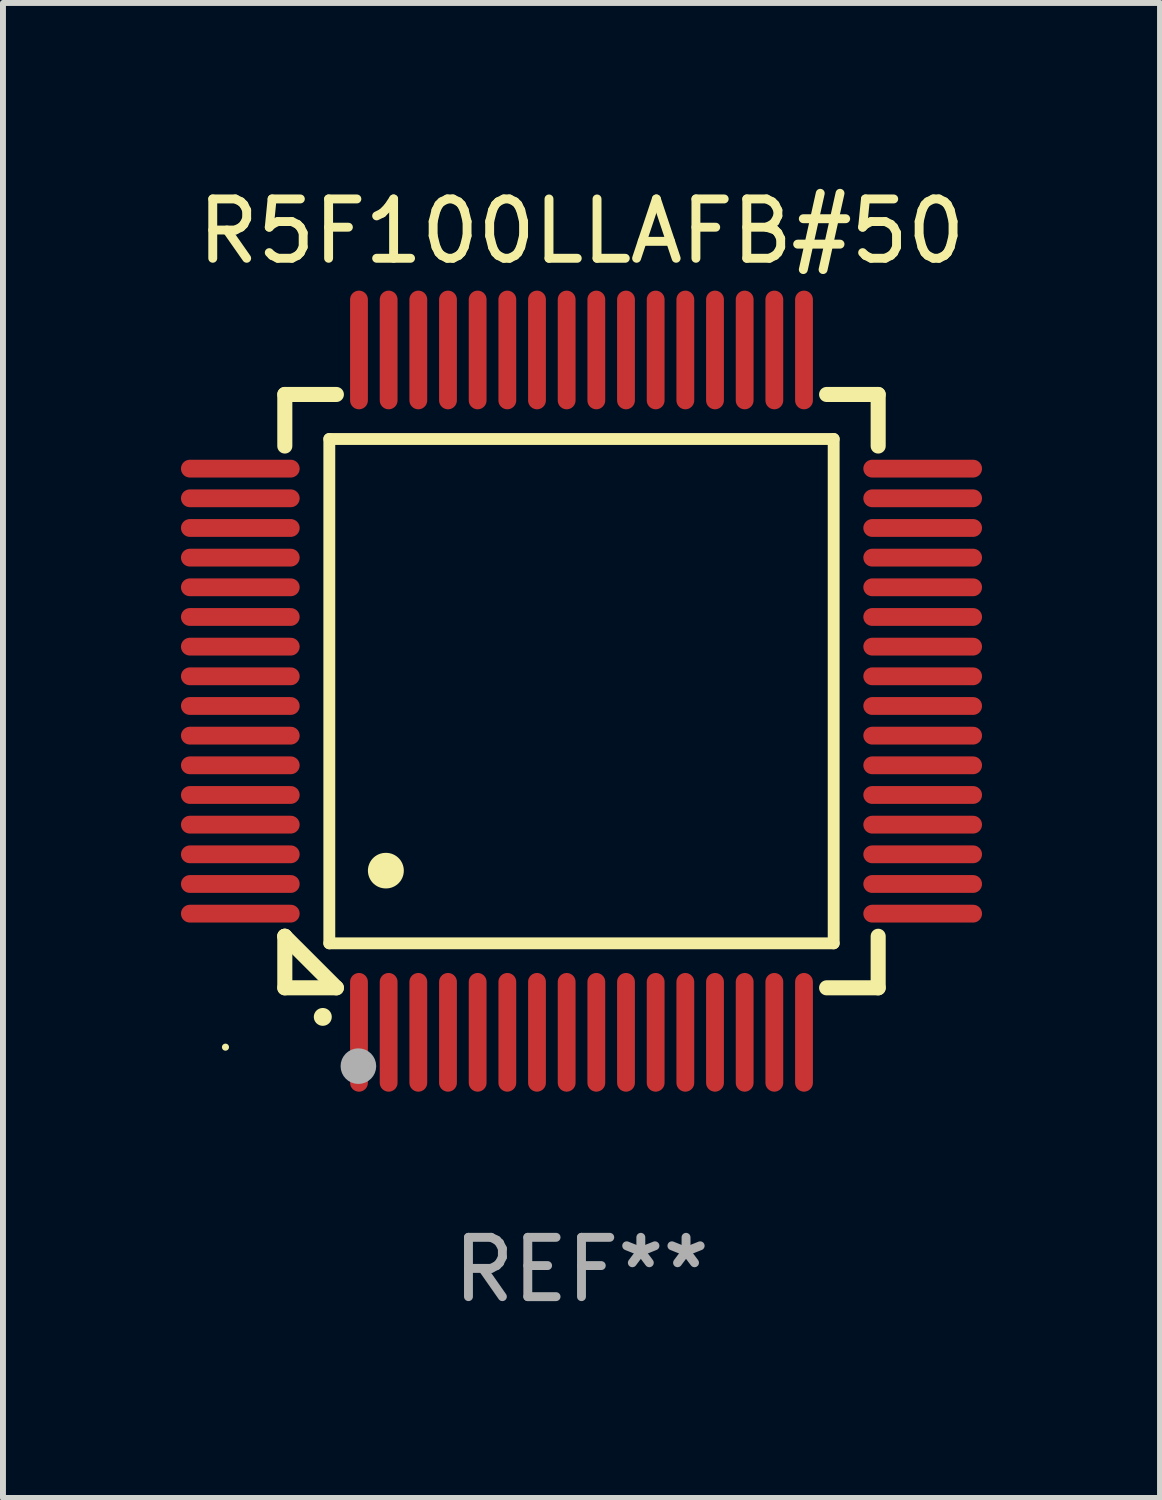
<source format=kicad_pcb>
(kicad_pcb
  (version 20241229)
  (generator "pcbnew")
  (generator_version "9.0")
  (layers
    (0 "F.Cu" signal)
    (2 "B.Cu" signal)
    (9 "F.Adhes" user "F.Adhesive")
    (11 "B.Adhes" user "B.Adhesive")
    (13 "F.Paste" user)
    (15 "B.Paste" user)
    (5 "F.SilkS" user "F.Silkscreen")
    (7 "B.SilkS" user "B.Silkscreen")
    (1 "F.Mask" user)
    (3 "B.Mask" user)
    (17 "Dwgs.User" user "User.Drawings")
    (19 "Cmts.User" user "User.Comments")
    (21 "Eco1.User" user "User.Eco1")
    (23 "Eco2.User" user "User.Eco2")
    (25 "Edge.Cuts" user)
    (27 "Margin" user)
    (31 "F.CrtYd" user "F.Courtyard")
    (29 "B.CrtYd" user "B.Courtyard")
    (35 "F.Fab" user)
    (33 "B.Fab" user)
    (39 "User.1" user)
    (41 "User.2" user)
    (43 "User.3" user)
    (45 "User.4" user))
  (footprint "R5F100LLAFB#50"
    (layer "F.Cu")
    (at 6.75 8.598)
    (property "Reference" "R5F100LLAFB#50" (at 0 -7.75 0) (layer "F.SilkS") (effects (font (size 1 1) (thickness 0.15))))
    (attr through_hole)
    (fp_line (start -5 -5) (end -4.131 -5) (stroke (width 0.254) (type solid)) (layer "F.SilkS"))
    (fp_line (start -5 -4.131) (end -5 -5) (stroke (width 0.254) (type solid)) (layer "F.SilkS"))
    (fp_line (start -5 4.131) (end -5 4.131) (stroke (width 0.254) (type solid)) (layer "F.SilkS"))
    (fp_line (start -5 5) (end -5 4.131) (stroke (width 0.254) (type solid)) (layer "F.SilkS"))
    (fp_line (start -5 4.131) (end -4.131 5) (stroke (width 0.254) (type solid)) (layer "F.SilkS"))
    (fp_line (start -4.25 -4.25) (end -4.25 4.25) (stroke (width 0.2) (type solid)) (layer "F.SilkS"))
    (fp_line (start -4.25 4.25) (end 4.25 4.25) (stroke (width 0.2) (type solid)) (layer "F.SilkS"))
    (fp_line (start -4.131 5) (end -5 5) (stroke (width 0.254) (type solid)) (layer "F.SilkS"))
    (fp_line (start 4.25 -4.25) (end -4.25 -4.25) (stroke (width 0.2) (type solid)) (layer "F.SilkS"))
    (fp_line (start 4.25 4.25) (end 4.25 -4.25) (stroke (width 0.2) (type solid)) (layer "F.SilkS"))
    (fp_line (start 5 -5) (end 4.131 -5) (stroke (width 0.254) (type solid)) (layer "F.SilkS"))
    (fp_line (start 5 -5) (end 5 -4.131) (stroke (width 0.254) (type solid)) (layer "F.SilkS"))
    (fp_line (start 5 4.131) (end 5 5) (stroke (width 0.254) (type solid)) (layer "F.SilkS"))
    (fp_line (start 5 5) (end 4.131 5) (stroke (width 0.254) (type solid)) (layer "F.SilkS"))
    (fp_arc (start -4.361265 5.489992) (mid -4.359995 5.489987) (end -4.358725 5.489992) (stroke (width 0.3) (type solid)) (layer "F.SilkS"))
    (fp_arc (start -3.299467 3.025146) (mid -3.296927 3.025135) (end -3.294387 3.025146) (stroke (width 0.6) (type solid)) (layer "F.SilkS"))
    (fp_circle (center -6 6) (end -5.97 6) (stroke (width 0.06) (type solid)) (fill no) (layer "F.SilkS"))
    (fp_circle (center -3.76 6.32) (end -3.61 6.32) (stroke (width 0.3) (type solid)) (fill no) (layer "F.Fab"))
    (fp_text user "REF**" (at 0 9.75 0) (layer "F.Fab") (effects (font (size 1 1) (thickness 0.15))))
    (pad "1" smd oval (at -3.75 5.75) (size 0.3 2) (layers "F.Cu" "F.Mask" "F.Paste"))
    (pad "2" smd oval (at -3.25 5.75) (size 0.3 2) (layers "F.Cu" "F.Mask" "F.Paste"))
    (pad "3" smd oval (at -2.75 5.75) (size 0.3 2) (layers "F.Cu" "F.Mask" "F.Paste"))
    (pad "4" smd oval (at -2.25 5.75) (size 0.3 2) (layers "F.Cu" "F.Mask" "F.Paste"))
    (pad "5" smd oval (at -1.75 5.75) (size 0.3 2) (layers "F.Cu" "F.Mask" "F.Paste"))
    (pad "6" smd oval (at -1.25 5.75) (size 0.3 2) (layers "F.Cu" "F.Mask" "F.Paste"))
    (pad "7" smd oval (at -0.75 5.75) (size 0.3 2) (layers "F.Cu" "F.Mask" "F.Paste"))
    (pad "8" smd oval (at -0.25 5.75) (size 0.3 2) (layers "F.Cu" "F.Mask" "F.Paste"))
    (pad "9" smd oval (at 0.25 5.75) (size 0.3 2) (layers "F.Cu" "F.Mask" "F.Paste"))
    (pad "10" smd oval (at 0.75 5.75) (size 0.3 2) (layers "F.Cu" "F.Mask" "F.Paste"))
    (pad "11" smd oval (at 1.25 5.75) (size 0.3 2) (layers "F.Cu" "F.Mask" "F.Paste"))
    (pad "12" smd oval (at 1.75 5.75) (size 0.3 2) (layers "F.Cu" "F.Mask" "F.Paste"))
    (pad "13" smd oval (at 2.25 5.75) (size 0.3 2) (layers "F.Cu" "F.Mask" "F.Paste"))
    (pad "14" smd oval (at 2.75 5.75) (size 0.3 2) (layers "F.Cu" "F.Mask" "F.Paste"))
    (pad "15" smd oval (at 3.25 5.75) (size 0.3 2) (layers "F.Cu" "F.Mask" "F.Paste"))
    (pad "16" smd oval (at 3.75 5.75) (size 0.3 2) (layers "F.Cu" "F.Mask" "F.Paste"))
    (pad "17" smd oval (at 5.75 3.75) (size 2 0.3) (layers "F.Cu" "F.Mask" "F.Paste"))
    (pad "18" smd oval (at 5.75 3.25) (size 2 0.3) (layers "F.Cu" "F.Mask" "F.Paste"))
    (pad "19" smd oval (at 5.75 2.75) (size 2 0.3) (layers "F.Cu" "F.Mask" "F.Paste"))
    (pad "20" smd oval (at 5.75 2.25) (size 2 0.3) (layers "F.Cu" "F.Mask" "F.Paste"))
    (pad "21" smd oval (at 5.75 1.75) (size 2 0.3) (layers "F.Cu" "F.Mask" "F.Paste"))
    (pad "22" smd oval (at 5.75 1.25) (size 2 0.3) (layers "F.Cu" "F.Mask" "F.Paste"))
    (pad "23" smd oval (at 5.75 0.75) (size 2 0.3) (layers "F.Cu" "F.Mask" "F.Paste"))
    (pad "24" smd oval (at 5.75 0.25) (size 2 0.3) (layers "F.Cu" "F.Mask" "F.Paste"))
    (pad "25" smd oval (at 5.75 -0.25) (size 2 0.3) (layers "F.Cu" "F.Mask" "F.Paste"))
    (pad "26" smd oval (at 5.75 -0.75) (size 2 0.3) (layers "F.Cu" "F.Mask" "F.Paste"))
    (pad "27" smd oval (at 5.75 -1.25) (size 2 0.3) (layers "F.Cu" "F.Mask" "F.Paste"))
    (pad "28" smd oval (at 5.75 -1.75) (size 2 0.3) (layers "F.Cu" "F.Mask" "F.Paste"))
    (pad "29" smd oval (at 5.75 -2.25) (size 2 0.3) (layers "F.Cu" "F.Mask" "F.Paste"))
    (pad "30" smd oval (at 5.75 -2.75) (size 2 0.3) (layers "F.Cu" "F.Mask" "F.Paste"))
    (pad "31" smd oval (at 5.75 -3.25) (size 2 0.3) (layers "F.Cu" "F.Mask" "F.Paste"))
    (pad "32" smd oval (at 5.75 -3.75) (size 2 0.3) (layers "F.Cu" "F.Mask" "F.Paste"))
    (pad "33" smd oval (at 3.75 -5.75) (size 0.3 2) (layers "F.Cu" "F.Mask" "F.Paste"))
    (pad "34" smd oval (at 3.25 -5.75) (size 0.3 2) (layers "F.Cu" "F.Mask" "F.Paste"))
    (pad "35" smd oval (at 2.75 -5.75) (size 0.3 2) (layers "F.Cu" "F.Mask" "F.Paste"))
    (pad "36" smd oval (at 2.25 -5.75) (size 0.3 2) (layers "F.Cu" "F.Mask" "F.Paste"))
    (pad "37" smd oval (at 1.75 -5.75) (size 0.3 2) (layers "F.Cu" "F.Mask" "F.Paste"))
    (pad "38" smd oval (at 1.25 -5.75) (size 0.3 2) (layers "F.Cu" "F.Mask" "F.Paste"))
    (pad "39" smd oval (at 0.75 -5.75) (size 0.3 2) (layers "F.Cu" "F.Mask" "F.Paste"))
    (pad "40" smd oval (at 0.25 -5.75) (size 0.3 2) (layers "F.Cu" "F.Mask" "F.Paste"))
    (pad "41" smd oval (at -0.25 -5.75) (size 0.3 2) (layers "F.Cu" "F.Mask" "F.Paste"))
    (pad "42" smd oval (at -0.75 -5.75) (size 0.3 2) (layers "F.Cu" "F.Mask" "F.Paste"))
    (pad "43" smd oval (at -1.25 -5.75) (size 0.3 2) (layers "F.Cu" "F.Mask" "F.Paste"))
    (pad "44" smd oval (at -1.75 -5.75) (size 0.3 2) (layers "F.Cu" "F.Mask" "F.Paste"))
    (pad "45" smd oval (at -2.25 -5.75) (size 0.3 2) (layers "F.Cu" "F.Mask" "F.Paste"))
    (pad "46" smd oval (at -2.75 -5.75) (size 0.3 2) (layers "F.Cu" "F.Mask" "F.Paste"))
    (pad "47" smd oval (at -3.25 -5.75) (size 0.3 2) (layers "F.Cu" "F.Mask" "F.Paste"))
    (pad "48" smd oval (at -3.75 -5.75) (size 0.3 2) (layers "F.Cu" "F.Mask" "F.Paste"))
    (pad "49" smd oval (at -5.75 -3.75) (size 2 0.3) (layers "F.Cu" "F.Mask" "F.Paste"))
    (pad "50" smd oval (at -5.75 -3.25) (size 2 0.3) (layers "F.Cu" "F.Mask" "F.Paste"))
    (pad "51" smd oval (at -5.75 -2.75) (size 2 0.3) (layers "F.Cu" "F.Mask" "F.Paste"))
    (pad "52" smd oval (at -5.75 -2.25) (size 2 0.3) (layers "F.Cu" "F.Mask" "F.Paste"))
    (pad "53" smd oval (at -5.75 -1.75) (size 2 0.3) (layers "F.Cu" "F.Mask" "F.Paste"))
    (pad "54" smd oval (at -5.75 -1.25) (size 2 0.3) (layers "F.Cu" "F.Mask" "F.Paste"))
    (pad "55" smd oval (at -5.75 -0.75) (size 2 0.3) (layers "F.Cu" "F.Mask" "F.Paste"))
    (pad "56" smd oval (at -5.75 -0.25) (size 2 0.3) (layers "F.Cu" "F.Mask" "F.Paste"))
    (pad "57" smd oval (at -5.75 0.25) (size 2 0.3) (layers "F.Cu" "F.Mask" "F.Paste"))
    (pad "58" smd oval (at -5.75 0.75) (size 2 0.3) (layers "F.Cu" "F.Mask" "F.Paste"))
    (pad "59" smd oval (at -5.75 1.25) (size 2 0.3) (layers "F.Cu" "F.Mask" "F.Paste"))
    (pad "60" smd oval (at -5.75 1.75) (size 2 0.3) (layers "F.Cu" "F.Mask" "F.Paste"))
    (pad "61" smd oval (at -5.75 2.25) (size 2 0.3) (layers "F.Cu" "F.Mask" "F.Paste"))
    (pad "62" smd oval (at -5.75 2.75) (size 2 0.3) (layers "F.Cu" "F.Mask" "F.Paste"))
    (pad "63" smd oval (at -5.75 3.25) (size 2 0.3) (layers "F.Cu" "F.Mask" "F.Paste"))
    (pad "64" smd oval (at -5.75 3.75) (size 2 0.3) (layers "F.Cu" "F.Mask" "F.Paste")))
  (gr_rect
    (start -3 -3)
    (end 16.5 22.196)
    (stroke (width 0.1) (type default))
    (fill no)
    (layer "Edge.Cuts")))
</source>
